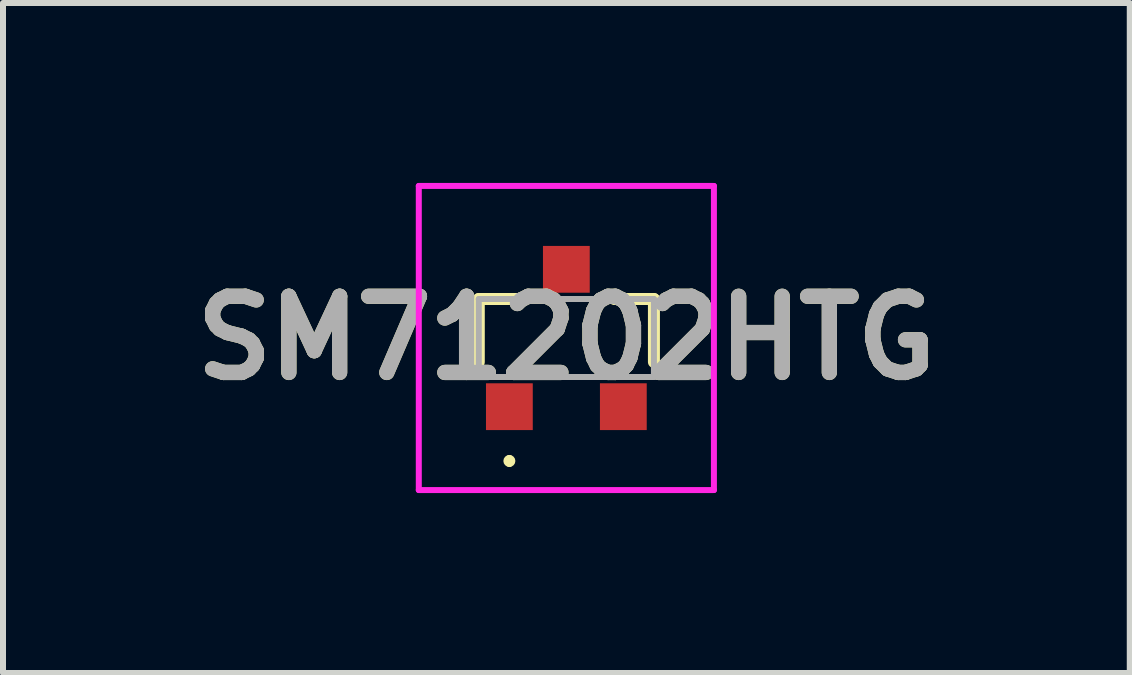
<source format=kicad_pcb>
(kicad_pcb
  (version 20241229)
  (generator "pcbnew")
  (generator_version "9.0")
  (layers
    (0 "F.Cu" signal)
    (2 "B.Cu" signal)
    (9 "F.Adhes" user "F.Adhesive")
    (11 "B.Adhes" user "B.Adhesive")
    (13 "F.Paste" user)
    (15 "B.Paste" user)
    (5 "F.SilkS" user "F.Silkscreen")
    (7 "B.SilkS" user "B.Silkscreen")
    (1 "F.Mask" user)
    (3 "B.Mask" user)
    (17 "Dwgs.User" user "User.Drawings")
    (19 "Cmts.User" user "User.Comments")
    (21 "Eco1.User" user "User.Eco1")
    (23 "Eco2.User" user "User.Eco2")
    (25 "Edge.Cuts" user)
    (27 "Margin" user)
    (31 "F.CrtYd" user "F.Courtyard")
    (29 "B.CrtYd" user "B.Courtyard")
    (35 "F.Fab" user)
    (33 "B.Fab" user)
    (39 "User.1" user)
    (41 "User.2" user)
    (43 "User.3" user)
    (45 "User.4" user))
  (footprint "SM71202HTG"
    (layer "F.Cu")
    (at 6.392 2.585)
    (property "Reference" "SM71202HTG" (at 0 0 0) (layer "F.SilkS") (effects (font (size 1.27 1.27) (thickness 0.254))))
    (attr smd)
    (fp_line (start -1.46 -0.65) (end -1.46 0.4) (stroke (width 0.2) (type solid)) (layer "F.SilkS"))
    (fp_line (start -0.95 2) (end -0.95 2) (stroke (width 0.1) (type solid)) (layer "F.SilkS"))
    (fp_line (start -0.95 2.1) (end -0.95 2.1) (stroke (width 0.1) (type solid)) (layer "F.SilkS"))
    (fp_line (start -0.8 -0.65) (end -1.46 -0.65) (stroke (width 0.2) (type solid)) (layer "F.SilkS"))
    (fp_line (start 0.8 -0.65) (end 1.46 -0.65) (stroke (width 0.2) (type solid)) (layer "F.SilkS"))
    (fp_line (start 1.46 -0.65) (end 1.46 0.4) (stroke (width 0.2) (type solid)) (layer "F.SilkS"))
    (fp_arc (start -0.95 2) (mid -0.9 2.05) (end -0.95 2.1) (stroke (width 0.1) (type solid)) (layer "F.SilkS"))
    (fp_arc (start -0.95 2.1) (mid -1 2.05) (end -0.95 2) (stroke (width 0.1) (type solid)) (layer "F.SilkS"))
    (fp_line (start -2.46 -2.535) (end 2.46 -2.535) (stroke (width 0.1) (type solid)) (layer "F.CrtYd"))
    (fp_line (start -2.46 2.535) (end -2.46 -2.535) (stroke (width 0.1) (type solid)) (layer "F.CrtYd"))
    (fp_line (start 2.46 -2.535) (end 2.46 2.535) (stroke (width 0.1) (type solid)) (layer "F.CrtYd"))
    (fp_line (start 2.46 2.535) (end -2.46 2.535) (stroke (width 0.1) (type solid)) (layer "F.CrtYd"))
    (fp_line (start -1.46 -0.65) (end 1.46 -0.65) (stroke (width 0.1) (type solid)) (layer "F.Fab"))
    (fp_line (start -1.46 0.65) (end -1.46 -0.65) (stroke (width 0.1) (type solid)) (layer "F.Fab"))
    (fp_line (start 1.46 -0.65) (end 1.46 0.65) (stroke (width 0.1) (type solid)) (layer "F.Fab"))
    (fp_line (start 1.46 0.65) (end -1.46 0.65) (stroke (width 0.1) (type solid)) (layer "F.Fab"))
    (fp_text user "${REFERENCE}" (at 0 0 0) (layer "F.Fab") (effects (font (size 1.27 1.27) (thickness 0.254))))
    (pad "1" smd rect (at -0.95 1.145 90) (size 0.78 0.78) (layers "F.Cu" "F.Mask" "F.Paste"))
    (pad "2" smd rect (at 0.95 1.145 90) (size 0.78 0.78) (layers "F.Cu" "F.Mask" "F.Paste"))
    (pad "3" smd rect (at 0 -1.145 90) (size 0.78 0.78) (layers "F.Cu" "F.Mask" "F.Paste")))
  (gr_rect
    (start -3 -3)
    (end 15.785 8.17)
    (stroke (width 0.1) (type default))
    (fill no)
    (layer "Edge.Cuts")))
</source>
